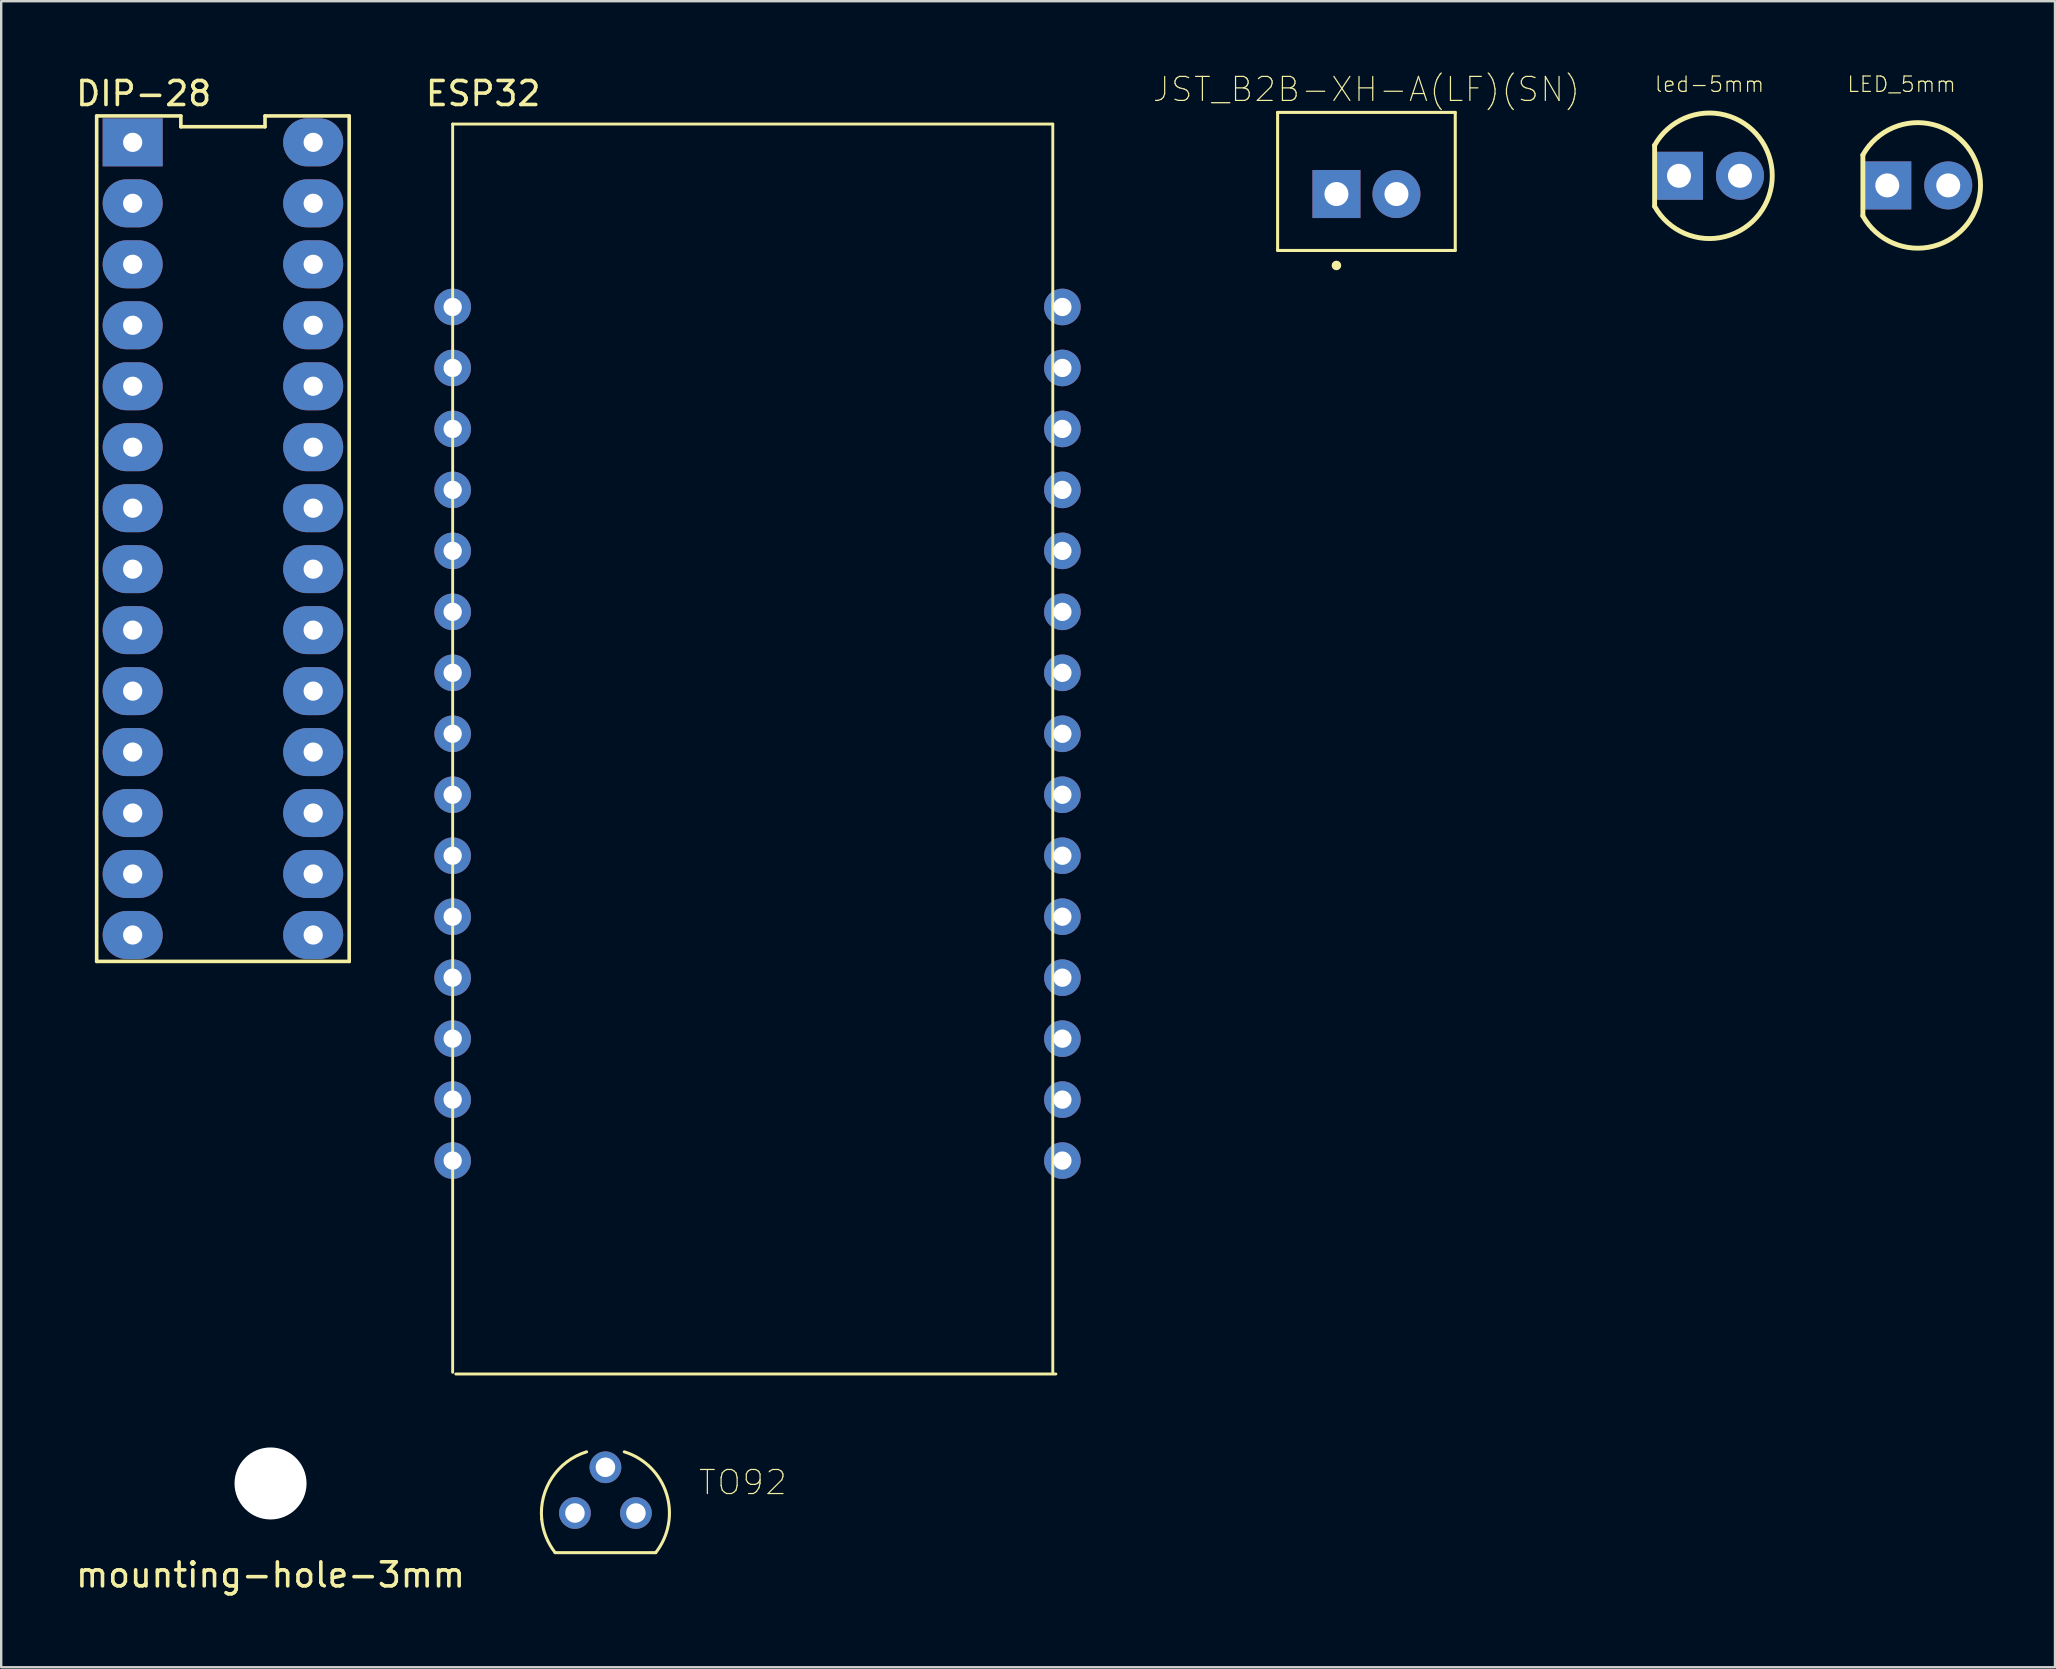
<source format=kicad_pcb>
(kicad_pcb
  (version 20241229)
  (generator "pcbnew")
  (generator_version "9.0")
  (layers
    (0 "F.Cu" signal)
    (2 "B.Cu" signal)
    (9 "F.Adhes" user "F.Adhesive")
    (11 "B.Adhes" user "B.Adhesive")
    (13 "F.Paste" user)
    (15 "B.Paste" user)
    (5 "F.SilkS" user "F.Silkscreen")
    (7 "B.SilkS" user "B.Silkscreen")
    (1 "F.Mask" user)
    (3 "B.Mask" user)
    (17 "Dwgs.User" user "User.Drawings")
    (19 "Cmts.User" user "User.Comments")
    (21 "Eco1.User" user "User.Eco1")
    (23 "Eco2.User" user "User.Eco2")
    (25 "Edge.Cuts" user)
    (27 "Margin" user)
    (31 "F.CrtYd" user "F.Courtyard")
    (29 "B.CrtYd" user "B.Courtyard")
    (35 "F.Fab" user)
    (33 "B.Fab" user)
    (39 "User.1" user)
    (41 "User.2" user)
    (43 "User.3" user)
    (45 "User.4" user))
  (footprint "led-5mm"
    (layer "F.Cu")
    (at 68.164 4.273)
    (property "Reference" "led-5mm" (at 0 -3.81 0) (layer "F.SilkS") (effects (font (size 0.641 0.641) (thickness 0.05))))
    (attr through_hole)
    (fp_line (start -2.286 1.27) (end -2.286 -1.27) (stroke (width 0.203) (type solid)) (layer "F.SilkS"))
    (fp_arc (start -2.286 -1.27) (mid 2.61509 0) (end -2.286 1.27) (stroke (width 0.2032) (type solid)) (layer "F.SilkS"))
    (pad "A" thru_hole circle (at 1.27 0 180) (size 2 2) (drill 1) (layers "*.Cu" "*.Mask"))
    (pad "C" thru_hole rect (at -1.27 0 180) (size 2 2) (drill 1) (layers "*.Cu" "*.Mask")))
  (footprint "ESP32"
    (layer "F.Cu")
    (at 29.777 26.248)
    (property "Reference" "ESP32" (at -12.7 -25.4 0) (layer "F.SilkS") (effects (font (size 1 1) (thickness 0.15))))
    (attr through_hole)
    (fp_line (start -13.97 -24.13) (end -13.97 27.87) (stroke (width 0.12) (type solid)) (layer "F.SilkS"))
    (fp_line (start -13.97 -24.13) (end 11.03 -24.13) (stroke (width 0.12) (type solid)) (layer "F.SilkS"))
    (fp_line (start -13.84 27.94) (end 11.16 27.94) (stroke (width 0.12) (type solid)) (layer "F.SilkS"))
    (fp_line (start 11.03 -24.13) (end 11.03 27.87) (stroke (width 0.12) (type solid)) (layer "F.SilkS"))
    (pad "1" thru_hole circle (at -13.97 -16.51) (size 1.524 1.524) (drill 0.762) (layers "*.Cu" "*.Mask"))
    (pad "2" thru_hole circle (at -13.97 -13.97) (size 1.524 1.524) (drill 0.762) (layers "*.Cu" "*.Mask"))
    (pad "3" thru_hole circle (at -13.97 -11.43) (size 1.524 1.524) (drill 0.762) (layers "*.Cu" "*.Mask"))
    (pad "4" thru_hole circle (at -13.97 -8.89) (size 1.524 1.524) (drill 0.762) (layers "*.Cu" "*.Mask"))
    (pad "5" thru_hole circle (at -13.97 -6.35) (size 1.524 1.524) (drill 0.762) (layers "*.Cu" "*.Mask"))
    (pad "6" thru_hole circle (at -13.97 -3.81) (size 1.524 1.524) (drill 0.762) (layers "*.Cu" "*.Mask"))
    (pad "7" thru_hole circle (at -13.97 -1.27) (size 1.524 1.524) (drill 0.762) (layers "*.Cu" "*.Mask"))
    (pad "8" thru_hole circle (at -13.97 1.27) (size 1.524 1.524) (drill 0.762) (layers "*.Cu" "*.Mask"))
    (pad "9" thru_hole circle (at -13.97 3.81) (size 1.524 1.524) (drill 0.762) (layers "*.Cu" "*.Mask"))
    (pad "10" thru_hole circle (at -13.97 6.35) (size 1.524 1.524) (drill 0.762) (layers "*.Cu" "*.Mask"))
    (pad "11" thru_hole circle (at -13.97 8.89) (size 1.524 1.524) (drill 0.762) (layers "*.Cu" "*.Mask"))
    (pad "12" thru_hole circle (at -13.97 11.43) (size 1.524 1.524) (drill 0.762) (layers "*.Cu" "*.Mask"))
    (pad "13" thru_hole circle (at -13.97 13.97) (size 1.524 1.524) (drill 0.762) (layers "*.Cu" "*.Mask"))
    (pad "14" thru_hole circle (at -13.97 16.51) (size 1.524 1.524) (drill 0.762) (layers "*.Cu" "*.Mask"))
    (pad "15" thru_hole circle (at -13.97 19.05) (size 1.524 1.524) (drill 0.762) (layers "*.Cu" "*.Mask"))
    (pad "16" thru_hole circle (at 11.43 19.05) (size 1.524 1.524) (drill 0.762) (layers "*.Cu" "*.Mask"))
    (pad "17" thru_hole circle (at 11.43 16.51) (size 1.524 1.524) (drill 0.762) (layers "*.Cu" "*.Mask"))
    (pad "18" thru_hole circle (at 11.43 13.97) (size 1.524 1.524) (drill 0.762) (layers "*.Cu" "*.Mask"))
    (pad "19" thru_hole circle (at 11.43 11.43) (size 1.524 1.524) (drill 0.762) (layers "*.Cu" "*.Mask"))
    (pad "20" thru_hole circle (at 11.43 8.89) (size 1.524 1.524) (drill 0.762) (layers "*.Cu" "*.Mask"))
    (pad "21" thru_hole circle (at 11.43 6.35) (size 1.524 1.524) (drill 0.762) (layers "*.Cu" "*.Mask"))
    (pad "22" thru_hole circle (at 11.43 3.81) (size 1.524 1.524) (drill 0.762) (layers "*.Cu" "*.Mask"))
    (pad "23" thru_hole circle (at 11.43 1.27) (size 1.524 1.524) (drill 0.762) (layers "*.Cu" "*.Mask"))
    (pad "24" thru_hole circle (at 11.43 -1.27) (size 1.524 1.524) (drill 0.762) (layers "*.Cu" "*.Mask"))
    (pad "25" thru_hole circle (at 11.43 -3.81) (size 1.524 1.524) (drill 0.762) (layers "*.Cu" "*.Mask"))
    (pad "26" thru_hole circle (at 11.43 -6.35) (size 1.524 1.524) (drill 0.762) (layers "*.Cu" "*.Mask"))
    (pad "27" thru_hole circle (at 11.43 -8.89) (size 1.524 1.524) (drill 0.762) (layers "*.Cu" "*.Mask"))
    (pad "28" thru_hole circle (at 11.43 -11.43) (size 1.524 1.524) (drill 0.762) (layers "*.Cu" "*.Mask"))
    (pad "29" thru_hole circle (at 11.43 -13.97) (size 1.524 1.524) (drill 0.762) (layers "*.Cu" "*.Mask"))
    (pad "30" thru_hole circle (at 11.43 -16.51) (size 1.524 1.524) (drill 0.762) (layers "*.Cu" "*.Mask")))
  (footprint "DIP-28"
    (layer "F.Cu")
    (at 6.237 19.136)
    (property "Reference" "DIP-28" (at -3.302 -18.288 0) (layer "F.SilkS") (effects (font (size 1 1) (thickness 0.15))))
    (attr through_hole)
    (fp_line (start -5.26 17.864) (end 5.26 17.864) (stroke (width 0.15) (type solid)) (layer "F.SilkS"))
    (fp_line (start -5.26 -17.356) (end -5.26 17.864) (stroke (width 0.15) (type solid)) (layer "F.SilkS"))
    (fp_line (start -1.753 -17.356) (end -5.26 -17.356) (stroke (width 0.15) (type solid)) (layer "F.SilkS"))
    (fp_line (start -1.753 -16.906) (end -1.753 -17.356) (stroke (width 0.15) (type solid)) (layer "F.SilkS"))
    (fp_line (start 1.753 -17.356) (end 1.753 -16.906) (stroke (width 0.15) (type solid)) (layer "F.SilkS"))
    (fp_line (start 1.753 -16.906) (end -1.753 -16.906) (stroke (width 0.15) (type solid)) (layer "F.SilkS"))
    (fp_line (start 5.26 17.864) (end 5.26 -17.356) (stroke (width 0.15) (type solid)) (layer "F.SilkS"))
    (fp_line (start 5.26 -17.356) (end 1.753 -17.356) (stroke (width 0.15) (type solid)) (layer "F.SilkS"))
    (pad "1" thru_hole rect (at -3.76 -16.256 270) (size 2 2.5) (drill 0.8) (layers "*.Cu" "*.Mask"))
    (pad "2" thru_hole oval (at -3.76 -13.716 270) (size 2 2.5) (drill 0.8) (layers "*.Cu" "*.Mask"))
    (pad "3" thru_hole oval (at -3.76 -11.176 270) (size 2 2.5) (drill 0.8) (layers "*.Cu" "*.Mask"))
    (pad "4" thru_hole oval (at -3.76 -8.636 270) (size 2 2.5) (drill 0.8) (layers "*.Cu" "*.Mask"))
    (pad "5" thru_hole oval (at -3.76 -6.096 270) (size 2 2.5) (drill 0.8) (layers "*.Cu" "*.Mask"))
    (pad "6" thru_hole oval (at -3.76 -3.556 270) (size 2 2.5) (drill 0.8) (layers "*.Cu" "*.Mask"))
    (pad "7" thru_hole oval (at -3.76 -1.016 270) (size 2 2.5) (drill 0.8) (layers "*.Cu" "*.Mask"))
    (pad "8" thru_hole oval (at -3.76 1.524 270) (size 2 2.5) (drill 0.8) (layers "*.Cu" "*.Mask"))
    (pad "9" thru_hole oval (at -3.76 4.064 270) (size 2 2.5) (drill 0.8) (layers "*.Cu" "*.Mask"))
    (pad "10" thru_hole oval (at -3.76 6.604 270) (size 2 2.5) (drill 0.8) (layers "*.Cu" "*.Mask"))
    (pad "11" thru_hole oval (at -3.76 9.144 270) (size 2 2.5) (drill 0.8) (layers "*.Cu" "*.Mask"))
    (pad "12" thru_hole oval (at -3.76 11.684 270) (size 2 2.5) (drill 0.8) (layers "*.Cu" "*.Mask"))
    (pad "13" thru_hole oval (at -3.76 14.224 270) (size 2 2.5) (drill 0.8) (layers "*.Cu" "*.Mask"))
    (pad "14" thru_hole oval (at -3.76 16.764 270) (size 2 2.5) (drill 0.8) (layers "*.Cu" "*.Mask"))
    (pad "15" thru_hole oval (at 3.76 16.764 270) (size 2 2.5) (drill 0.8) (layers "*.Cu" "*.Mask"))
    (pad "16" thru_hole oval (at 3.76 14.224 270) (size 2 2.5) (drill 0.8) (layers "*.Cu" "*.Mask"))
    (pad "17" thru_hole oval (at 3.76 11.684 270) (size 2 2.5) (drill 0.8) (layers "*.Cu" "*.Mask"))
    (pad "18" thru_hole oval (at 3.76 9.144 270) (size 2 2.5) (drill 0.8) (layers "*.Cu" "*.Mask"))
    (pad "19" thru_hole oval (at 3.76 6.604 270) (size 2 2.5) (drill 0.8) (layers "*.Cu" "*.Mask"))
    (pad "20" thru_hole oval (at 3.76 4.064 270) (size 2 2.5) (drill 0.8) (layers "*.Cu" "*.Mask"))
    (pad "21" thru_hole oval (at 3.76 1.524 270) (size 2 2.5) (drill 0.8) (layers "*.Cu" "*.Mask"))
    (pad "22" thru_hole oval (at 3.76 -1.016 270) (size 2 2.5) (drill 0.8) (layers "*.Cu" "*.Mask"))
    (pad "23" thru_hole oval (at 3.76 -3.556 270) (size 2 2.5) (drill 0.8) (layers "*.Cu" "*.Mask"))
    (pad "24" thru_hole oval (at 3.76 -6.096 270) (size 2 2.5) (drill 0.8) (layers "*.Cu" "*.Mask"))
    (pad "25" thru_hole oval (at 3.76 -8.636 270) (size 2 2.5) (drill 0.8) (layers "*.Cu" "*.Mask"))
    (pad "26" thru_hole oval (at 3.76 -11.176 270) (size 2 2.5) (drill 0.8) (layers "*.Cu" "*.Mask"))
    (pad "27" thru_hole oval (at 3.76 -13.716 270) (size 2 2.5) (drill 0.8) (layers "*.Cu" "*.Mask"))
    (pad "28" thru_hole oval (at 3.76 -16.256 270) (size 2 2.5) (drill 0.8) (layers "*.Cu" "*.Mask")))
  (footprint "mounting-hole-3mm"
    (layer "F.Cu")
    (at 8.22 58.748)
    (property "Reference" "mounting-hole-3mm" (at 0 3.81 0) (layer "F.SilkS") (effects (font (size 1 1) (thickness 0.15))))
    (attr through_hole)
    (pad "" np_thru_hole circle (at 0 0) (size 3 3) (drill 3) (layers "*.Cu" "*.Mask")))
  (footprint "LED_5mm"
    (layer "F.Cu")
    (at 76.84 4.674)
    (property "Reference" "LED_5mm" (at -0.675 -4.211 0) (layer "F.SilkS") (effects (font (size 0.641 0.641) (thickness 0.05))))
    (attr through_hole)
    (fp_line (start -2.286 1.27) (end -2.286 -1.27) (stroke (width 0.203) (type solid)) (layer "F.SilkS"))
    (fp_arc (start -2.286 -1.27) (mid 2.61509 0) (end -2.286 1.27) (stroke (width 0.2032) (type solid)) (layer "F.SilkS"))
    (pad "A" thru_hole circle (at 1.27 0 180) (size 2 2) (drill 1) (layers "*.Cu" "*.Mask"))
    (pad "C" thru_hole rect (at -1.27 0 180) (size 2 2) (drill 1) (layers "*.Cu" "*.Mask")))
  (footprint "JST_B2B-XH-A(LF)(SN)"
    (layer "F.Cu")
    (at 53.873 4.508)
    (property "Reference" "JST_B2B-XH-A(LF)(SN)" (at 0 -3.835 0) (layer "F.SilkS") (effects (font (size 1 1) (thickness 0.05))))
    (attr through_hole)
    (fp_line (start -3.7 -2.875) (end 3.7 -2.875) (stroke (width 0.127) (type solid)) (layer "F.SilkS"))
    (fp_line (start -3.7 2.875) (end -3.7 -2.875) (stroke (width 0.127) (type solid)) (layer "F.SilkS"))
    (fp_line (start 3.7 -2.875) (end 3.7 2.875) (stroke (width 0.127) (type solid)) (layer "F.SilkS"))
    (fp_line (start 3.7 2.875) (end -3.7 2.875) (stroke (width 0.127) (type solid)) (layer "F.SilkS"))
    (fp_circle (center -1.25 3.5) (end -1.15 3.5) (stroke (width 0.2) (type solid)) (fill no) (layer "F.SilkS"))
    (fp_line (start -3.95 -3.125) (end 3.95 -3.125) (stroke (width 0.05) (type solid)) (layer "Eco1.User"))
    (fp_line (start -3.95 3.125) (end -3.95 -3.125) (stroke (width 0.05) (type solid)) (layer "Eco1.User"))
    (fp_line (start 3.95 -3.125) (end 3.95 3.125) (stroke (width 0.05) (type solid)) (layer "Eco1.User"))
    (fp_line (start 3.95 3.125) (end -3.95 3.125) (stroke (width 0.05) (type solid)) (layer "Eco1.User"))
    (fp_line (start -3.7 -2.875) (end 3.7 -2.875) (stroke (width 0.127) (type solid)) (layer "Eco2.User"))
    (fp_line (start -3.7 2.875) (end -3.7 -2.875) (stroke (width 0.127) (type solid)) (layer "Eco2.User"))
    (fp_line (start 3.7 -2.875) (end 3.7 2.875) (stroke (width 0.127) (type solid)) (layer "Eco2.User"))
    (fp_line (start 3.7 2.875) (end -3.7 2.875) (stroke (width 0.127) (type solid)) (layer "Eco2.User"))
    (fp_circle (center -1.25 3.5) (end -1.15 3.5) (stroke (width 0.2) (type solid)) (fill no) (layer "Eco2.User"))
    (pad "1" thru_hole rect (at -1.25 0.525) (size 2 2) (drill 1) (layers "*.Cu" "*.Mask"))
    (pad "2" thru_hole circle (at 1.25 0.525) (size 2 2) (drill 1) (layers "*.Cu" "*.Mask")))
  (footprint "TO92"
    (layer "F.Cu")
    (at 22.171 59.979)
    (property "Reference" "TO92" (at 5.725 -1.272 0) (layer "F.SilkS") (effects (font (size 1.002 1.002) (thickness 0.05))))
    (attr through_hole)
    (fp_line (start -2.095 1.651) (end 2.095 1.651) (stroke (width 0.127) (type solid)) (layer "F.SilkS"))
    (fp_arc (start -2.654982 0.253143) (mid -2.218763 -1.479923) (end -0.7863 -2.5485) (stroke (width 0.127) (type solid)) (layer "F.SilkS"))
    (fp_arc (start -2.096932 1.648037) (mid -2.476047 0.991096) (end -2.6549 0.254) (stroke (width 0.127) (type solid)) (layer "F.SilkS"))
    (fp_arc (start 0.786299 -2.5484) (mid 2.546275 -0.793203) (end 2.0945 1.651) (stroke (width 0.127) (type solid)) (layer "F.SilkS"))
    (fp_line (start -2.254 0.254) (end -0.286 0.254) (stroke (width 0.127) (type solid)) (layer "Eco2.User"))
    (fp_line (start 0.286 0.254) (end 2.254 0.254) (stroke (width 0.127) (type solid)) (layer "Eco2.User"))
    (fp_arc (start -0.782135 -2.549781) (mid 0.002179 -2.667042) (end 0.7863 -2.5485) (stroke (width 0.127) (type solid)) (layer "Eco2.User"))
    (fp_text user "1" (at 1.145 0 0) (layer "Edge.Cuts") (effects (font (size 1 1) (thickness 0.05))))
    (fp_text user "2" (at -0.636 -0.636 0) (layer "Edge.Cuts") (effects (font (size 1 1) (thickness 0.05))))
    (fp_text user "3" (at -2.163 0 0) (layer "Edge.Cuts") (effects (font (size 1 1) (thickness 0.05))))
    (pad "1" thru_hole circle (at 1.27 0) (size 1.321 1.321) (drill 0.813) (layers "*.Cu" "*.Mask"))
    (pad "2" thru_hole circle (at 0 -1.905) (size 1.321 1.321) (drill 0.813) (layers "*.Cu" "*.Mask"))
    (pad "3" thru_hole circle (at -1.27 0) (size 1.321 1.321) (drill 0.813) (layers "*.Cu" "*.Mask")))
  (gr_rect
    (start -3 -3)
    (end 82.557 66.406)
    (stroke (width 0.1) (type default))
    (fill no)
    (layer "Edge.Cuts")))
</source>
